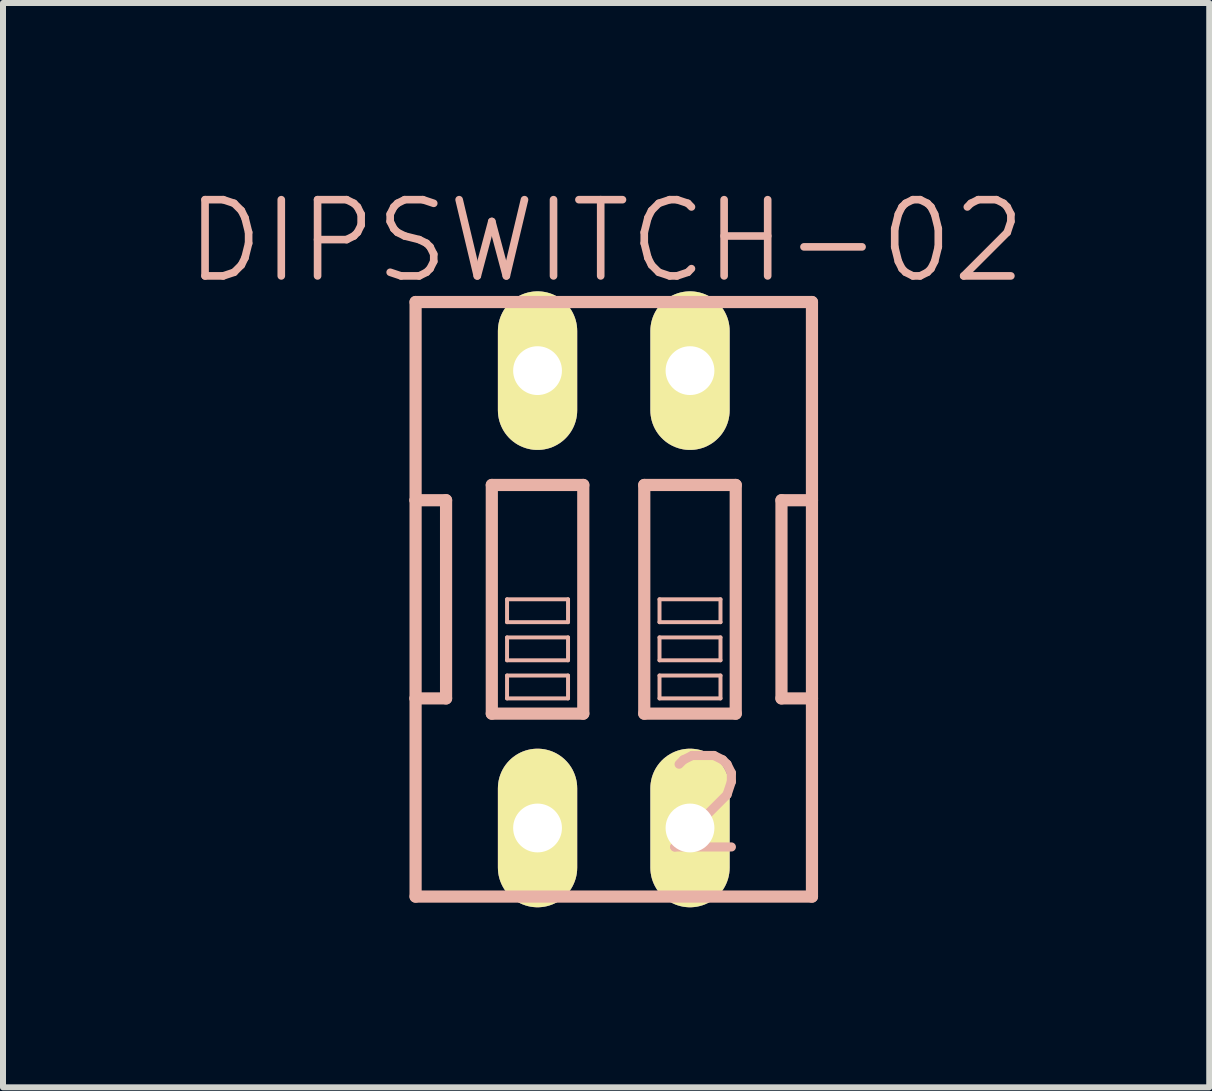
<source format=kicad_pcb>
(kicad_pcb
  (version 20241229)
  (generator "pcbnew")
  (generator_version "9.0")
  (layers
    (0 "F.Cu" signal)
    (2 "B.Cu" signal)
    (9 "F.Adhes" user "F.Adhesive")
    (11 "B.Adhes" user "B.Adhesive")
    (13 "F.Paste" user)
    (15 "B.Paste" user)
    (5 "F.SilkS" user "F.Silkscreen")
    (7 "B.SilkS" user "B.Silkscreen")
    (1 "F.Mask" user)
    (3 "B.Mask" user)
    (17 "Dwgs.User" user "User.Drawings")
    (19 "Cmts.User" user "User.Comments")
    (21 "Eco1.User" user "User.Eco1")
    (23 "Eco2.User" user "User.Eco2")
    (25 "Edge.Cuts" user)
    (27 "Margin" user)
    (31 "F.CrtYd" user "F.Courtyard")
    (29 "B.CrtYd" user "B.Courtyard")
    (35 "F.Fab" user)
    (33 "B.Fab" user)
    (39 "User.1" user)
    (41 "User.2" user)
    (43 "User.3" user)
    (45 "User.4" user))
  (footprint "DIPSWITCH-02"
    (layer "F.Cu")
    (at 7.176 6.935)
    (property "Reference" "DIPSWITCH-02" (at -0.127 -5.969 0) (layer "B.SilkS") (effects (font (size 1.27 1.27) (thickness 0.127))))
    (attr exclude_from_pos_files exclude_from_bom)
    (fp_line (start -3.302 -4.953) (end -3.302 -1.651) (stroke (width 0.203) (type solid)) (layer "B.SilkS"))
    (fp_line (start -3.302 -1.651) (end -3.302 1.651) (stroke (width 0.203) (type solid)) (layer "B.SilkS"))
    (fp_line (start -3.302 1.651) (end -3.302 4.953) (stroke (width 0.203) (type solid)) (layer "B.SilkS"))
    (fp_line (start -3.302 1.651) (end -2.794 1.651) (stroke (width 0.203) (type solid)) (layer "B.SilkS"))
    (fp_line (start -3.302 4.953) (end 3.302 4.953) (stroke (width 0.203) (type solid)) (layer "B.SilkS"))
    (fp_line (start -2.794 -1.651) (end -3.302 -1.651) (stroke (width 0.203) (type solid)) (layer "B.SilkS"))
    (fp_line (start -2.794 1.651) (end -2.794 -1.651) (stroke (width 0.203) (type solid)) (layer "B.SilkS"))
    (fp_line (start -2.032 -1.905) (end -2.032 1.905) (stroke (width 0.203) (type solid)) (layer "B.SilkS"))
    (fp_line (start -2.032 -1.905) (end -0.508 -1.905) (stroke (width 0.203) (type solid)) (layer "B.SilkS"))
    (fp_line (start -1.778 0) (end -0.762 0) (stroke (width 0.066) (type solid)) (layer "B.SilkS"))
    (fp_line (start -1.778 0.381) (end -1.778 0) (stroke (width 0.066) (type solid)) (layer "B.SilkS"))
    (fp_line (start -1.778 0.381) (end -0.762 0.381) (stroke (width 0.066) (type solid)) (layer "B.SilkS"))
    (fp_line (start -1.778 0.635) (end -0.762 0.635) (stroke (width 0.066) (type solid)) (layer "B.SilkS"))
    (fp_line (start -1.778 1.016) (end -1.778 0.635) (stroke (width 0.066) (type solid)) (layer "B.SilkS"))
    (fp_line (start -1.778 1.016) (end -0.762 1.016) (stroke (width 0.066) (type solid)) (layer "B.SilkS"))
    (fp_line (start -1.778 1.27) (end -0.762 1.27) (stroke (width 0.066) (type solid)) (layer "B.SilkS"))
    (fp_line (start -1.778 1.651) (end -1.778 1.27) (stroke (width 0.066) (type solid)) (layer "B.SilkS"))
    (fp_line (start -1.778 1.651) (end -0.762 1.651) (stroke (width 0.066) (type solid)) (layer "B.SilkS"))
    (fp_line (start -0.762 0.381) (end -0.762 0) (stroke (width 0.066) (type solid)) (layer "B.SilkS"))
    (fp_line (start -0.762 1.016) (end -0.762 0.635) (stroke (width 0.066) (type solid)) (layer "B.SilkS"))
    (fp_line (start -0.762 1.651) (end -0.762 1.27) (stroke (width 0.066) (type solid)) (layer "B.SilkS"))
    (fp_line (start -0.508 1.905) (end -2.032 1.905) (stroke (width 0.203) (type solid)) (layer "B.SilkS"))
    (fp_line (start -0.508 1.905) (end -0.508 -1.905) (stroke (width 0.203) (type solid)) (layer "B.SilkS"))
    (fp_line (start 0.508 -1.905) (end 0.508 1.905) (stroke (width 0.203) (type solid)) (layer "B.SilkS"))
    (fp_line (start 0.508 -1.905) (end 2.032 -1.905) (stroke (width 0.203) (type solid)) (layer "B.SilkS"))
    (fp_line (start 0.762 0) (end 1.778 0) (stroke (width 0.066) (type solid)) (layer "B.SilkS"))
    (fp_line (start 0.762 0.381) (end 0.762 0) (stroke (width 0.066) (type solid)) (layer "B.SilkS"))
    (fp_line (start 0.762 0.381) (end 1.778 0.381) (stroke (width 0.066) (type solid)) (layer "B.SilkS"))
    (fp_line (start 0.762 0.635) (end 1.778 0.635) (stroke (width 0.066) (type solid)) (layer "B.SilkS"))
    (fp_line (start 0.762 1.016) (end 0.762 0.635) (stroke (width 0.066) (type solid)) (layer "B.SilkS"))
    (fp_line (start 0.762 1.016) (end 1.778 1.016) (stroke (width 0.066) (type solid)) (layer "B.SilkS"))
    (fp_line (start 0.762 1.27) (end 1.778 1.27) (stroke (width 0.066) (type solid)) (layer "B.SilkS"))
    (fp_line (start 0.762 1.651) (end 0.762 1.27) (stroke (width 0.066) (type solid)) (layer "B.SilkS"))
    (fp_line (start 0.762 1.651) (end 1.778 1.651) (stroke (width 0.066) (type solid)) (layer "B.SilkS"))
    (fp_line (start 1.778 0.381) (end 1.778 0) (stroke (width 0.066) (type solid)) (layer "B.SilkS"))
    (fp_line (start 1.778 1.016) (end 1.778 0.635) (stroke (width 0.066) (type solid)) (layer "B.SilkS"))
    (fp_line (start 1.778 1.651) (end 1.778 1.27) (stroke (width 0.066) (type solid)) (layer "B.SilkS"))
    (fp_line (start 2.032 1.905) (end 0.508 1.905) (stroke (width 0.203) (type solid)) (layer "B.SilkS"))
    (fp_line (start 2.032 1.905) (end 2.032 -1.905) (stroke (width 0.203) (type solid)) (layer "B.SilkS"))
    (fp_line (start 2.794 -1.651) (end 2.794 1.651) (stroke (width 0.203) (type solid)) (layer "B.SilkS"))
    (fp_line (start 2.794 1.651) (end 3.302 1.651) (stroke (width 0.203) (type solid)) (layer "B.SilkS"))
    (fp_line (start 3.302 -4.953) (end -3.302 -4.953) (stroke (width 0.203) (type solid)) (layer "B.SilkS"))
    (fp_line (start 3.302 -1.651) (end 2.794 -1.651) (stroke (width 0.203) (type solid)) (layer "B.SilkS"))
    (fp_line (start 3.302 -1.651) (end 3.302 -4.953) (stroke (width 0.203) (type solid)) (layer "B.SilkS"))
    (fp_line (start 3.302 1.651) (end 3.302 -1.651) (stroke (width 0.203) (type solid)) (layer "B.SilkS"))
    (fp_line (start 3.302 4.953) (end 3.302 1.651) (stroke (width 0.203) (type solid)) (layer "B.SilkS"))
    (fp_text user "2" (at 1.524 3.429 0) (layer "B.SilkS") (effects (font (size 1.524 1.524) (thickness 0.152))))
    (pad "1" thru_hole oval (at -1.27 3.81 180) (size 1.321 2.642) (drill 0.813) (layers "*.Cu" "F.Mask" "F.SilkS" "F.Paste"))
    (pad "2" thru_hole oval (at 1.27 3.81 180) (size 1.321 2.642) (drill 0.813) (layers "*.Cu" "F.Mask" "F.SilkS" "F.Paste"))
    (pad "3" thru_hole oval (at 1.27 -3.81 180) (size 1.321 2.642) (drill 0.813) (layers "*.Cu" "F.Mask" "F.SilkS" "F.Paste"))
    (pad "4" thru_hole oval (at -1.27 -3.81 180) (size 1.321 2.642) (drill 0.813) (layers "*.Cu" "F.Mask" "F.SilkS" "F.Paste")))
  (gr_rect
    (start -3 -3)
    (end 17.097 15.066)
    (stroke (width 0.1) (type default))
    (fill no)
    (layer "Edge.Cuts")))
</source>
